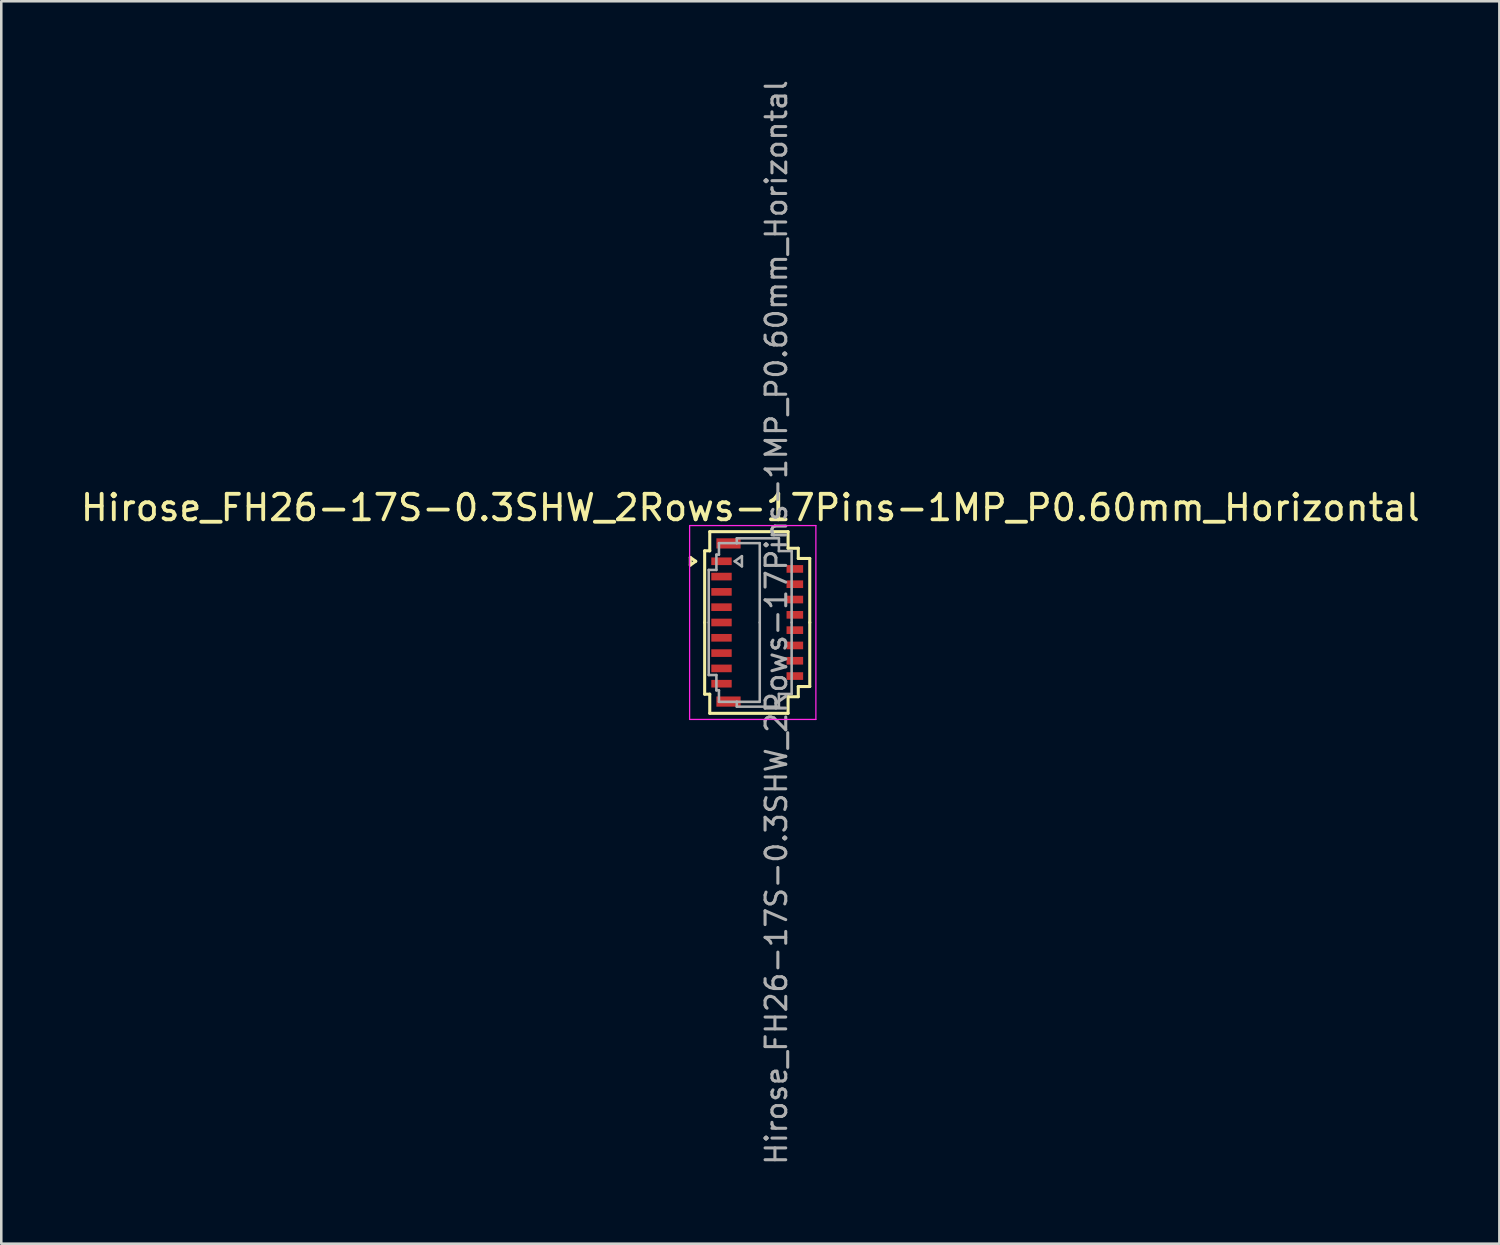
<source format=kicad_pcb>
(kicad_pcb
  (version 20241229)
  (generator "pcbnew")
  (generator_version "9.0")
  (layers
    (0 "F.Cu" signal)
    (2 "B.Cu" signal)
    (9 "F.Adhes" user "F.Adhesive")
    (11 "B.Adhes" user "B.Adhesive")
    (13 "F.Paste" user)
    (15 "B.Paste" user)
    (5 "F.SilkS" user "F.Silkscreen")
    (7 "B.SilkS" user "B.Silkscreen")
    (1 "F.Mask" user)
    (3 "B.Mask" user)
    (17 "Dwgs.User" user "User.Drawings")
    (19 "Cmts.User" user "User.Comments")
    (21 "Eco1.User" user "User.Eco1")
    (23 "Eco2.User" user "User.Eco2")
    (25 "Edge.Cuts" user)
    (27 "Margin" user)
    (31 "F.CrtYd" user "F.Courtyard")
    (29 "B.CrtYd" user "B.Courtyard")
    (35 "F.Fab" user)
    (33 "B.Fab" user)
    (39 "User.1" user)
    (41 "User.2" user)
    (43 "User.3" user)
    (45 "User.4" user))
  (footprint "Hirose_FH26-17S-0.3SHW_2Rows-17Pins-1MP_P0.60mm_Horizontal"
    (layer "F.Cu")
    (at 26.633 21.352)
    (property "Reference" "Hirose_FH26-17S-0.3SHW_2Rows-17Pins-1MP_P0.60mm_Horizontal" (at -0.27 -4.5 0) (layer "F.SilkS") (effects (font (size 1 1) (thickness 0.15))))
    (attr smd)
    (fp_line (start -2.622 -2.55) (end -2.41 -2.4) (stroke (width 0.12) (type solid)) (layer "F.SilkS"))
    (fp_line (start -2.622 -2.25) (end -2.622 -2.55) (stroke (width 0.12) (type solid)) (layer "F.SilkS"))
    (fp_line (start -2.41 -2.4) (end -2.622 -2.25) (stroke (width 0.12) (type solid)) (layer "F.SilkS"))
    (fp_line (start -2.06 -2.81) (end -2.06 0) (stroke (width 0.12) (type solid)) (layer "F.SilkS"))
    (fp_line (start -2.06 2.81) (end -2.06 0) (stroke (width 0.12) (type solid)) (layer "F.SilkS"))
    (fp_line (start -1.86 -3.56) (end -1.86 -2.81) (stroke (width 0.12) (type solid)) (layer "F.SilkS"))
    (fp_line (start -1.86 -2.81) (end -2.06 -2.81) (stroke (width 0.12) (type solid)) (layer "F.SilkS"))
    (fp_line (start -1.86 2.81) (end -2.06 2.81) (stroke (width 0.12) (type solid)) (layer "F.SilkS"))
    (fp_line (start -1.86 3.56) (end -1.86 2.81) (stroke (width 0.12) (type solid)) (layer "F.SilkS"))
    (fp_line (start 1.21 -3.56) (end -1.86 -3.56) (stroke (width 0.12) (type solid)) (layer "F.SilkS"))
    (fp_line (start 1.21 -2.91) (end 1.21 -3.56) (stroke (width 0.12) (type solid)) (layer "F.SilkS"))
    (fp_line (start 1.21 2.91) (end 1.21 3.56) (stroke (width 0.12) (type solid)) (layer "F.SilkS"))
    (fp_line (start 1.21 3.56) (end -1.86 3.56) (stroke (width 0.12) (type solid)) (layer "F.SilkS"))
    (fp_line (start 1.61 -2.91) (end 1.21 -2.91) (stroke (width 0.12) (type solid)) (layer "F.SilkS"))
    (fp_line (start 1.61 -2.51) (end 1.61 -2.91) (stroke (width 0.12) (type solid)) (layer "F.SilkS"))
    (fp_line (start 1.61 2.51) (end 1.61 2.91) (stroke (width 0.12) (type solid)) (layer "F.SilkS"))
    (fp_line (start 1.61 2.91) (end 1.21 2.91) (stroke (width 0.12) (type solid)) (layer "F.SilkS"))
    (fp_line (start 2.06 -2.51) (end 1.61 -2.51) (stroke (width 0.12) (type solid)) (layer "F.SilkS"))
    (fp_line (start 2.06 0) (end 2.06 -2.51) (stroke (width 0.12) (type solid)) (layer "F.SilkS"))
    (fp_line (start 2.06 0) (end 2.06 2.51) (stroke (width 0.12) (type solid)) (layer "F.SilkS"))
    (fp_line (start 2.06 2.51) (end 1.61 2.51) (stroke (width 0.12) (type solid)) (layer "F.SilkS"))
    (fp_line (start -2.65 -3.8) (end -2.65 3.8) (stroke (width 0.05) (type solid)) (layer "F.CrtYd"))
    (fp_line (start -2.65 3.8) (end 2.3 3.8) (stroke (width 0.05) (type solid)) (layer "F.CrtYd"))
    (fp_line (start 2.3 -3.8) (end -2.65 -3.8) (stroke (width 0.05) (type solid)) (layer "F.CrtYd"))
    (fp_line (start 2.3 3.8) (end 2.3 -3.8) (stroke (width 0.05) (type solid)) (layer "F.CrtYd"))
    (fp_line (start -1.9 -2.06) (end -1.6 -2.06) (stroke (width 0.1) (type solid)) (layer "F.Fab"))
    (fp_line (start -1.9 0) (end -1.9 -2.06) (stroke (width 0.1) (type solid)) (layer "F.Fab"))
    (fp_line (start -1.9 0) (end -1.9 2.06) (stroke (width 0.1) (type solid)) (layer "F.Fab"))
    (fp_line (start -1.9 2.06) (end -1.6 2.06) (stroke (width 0.1) (type solid)) (layer "F.Fab"))
    (fp_line (start -1.6 -2.66) (end -1.5 -2.66) (stroke (width 0.1) (type solid)) (layer "F.Fab"))
    (fp_line (start -1.6 -2.06) (end -1.6 -2.66) (stroke (width 0.1) (type solid)) (layer "F.Fab"))
    (fp_line (start -1.6 2.06) (end -1.6 2.66) (stroke (width 0.1) (type solid)) (layer "F.Fab"))
    (fp_line (start -1.6 2.66) (end -1.5 2.66) (stroke (width 0.1) (type solid)) (layer "F.Fab"))
    (fp_line (start -1.5 -3.11) (end -0.8 -3.11) (stroke (width 0.1) (type solid)) (layer "F.Fab"))
    (fp_line (start -1.5 -2.66) (end -1.5 -3.11) (stroke (width 0.1) (type solid)) (layer "F.Fab"))
    (fp_line (start -1.5 2.66) (end -1.5 3.11) (stroke (width 0.1) (type solid)) (layer "F.Fab"))
    (fp_line (start -1.5 3.11) (end -0.8 3.11) (stroke (width 0.1) (type solid)) (layer "F.Fab"))
    (fp_line (start -0.883 -2.4) (end -0.6 -2.2) (stroke (width 0.1) (type solid)) (layer "F.Fab"))
    (fp_line (start -0.8 -3.3) (end 0.85 -3.3) (stroke (width 0.1) (type solid)) (layer "F.Fab"))
    (fp_line (start -0.8 -3.11) (end -0.8 -3.3) (stroke (width 0.1) (type solid)) (layer "F.Fab"))
    (fp_line (start -0.8 3.11) (end -0.8 3.3) (stroke (width 0.1) (type solid)) (layer "F.Fab"))
    (fp_line (start -0.8 3.3) (end 0.85 3.3) (stroke (width 0.1) (type solid)) (layer "F.Fab"))
    (fp_line (start -0.6 -2.6) (end -0.883 -2.4) (stroke (width 0.1) (type solid)) (layer "F.Fab"))
    (fp_line (start -0.6 -2.2) (end -0.6 -2.6) (stroke (width 0.1) (type solid)) (layer "F.Fab"))
    (fp_line (start 0.1 -3.11) (end -0.8 -3.11) (stroke (width 0.1) (type solid)) (layer "F.Fab"))
    (fp_line (start 0.1 0) (end 0.1 -3.11) (stroke (width 0.1) (type solid)) (layer "F.Fab"))
    (fp_line (start 0.1 0) (end 0.1 3.11) (stroke (width 0.1) (type solid)) (layer "F.Fab"))
    (fp_line (start 0.1 3.11) (end -0.8 3.11) (stroke (width 0.1) (type solid)) (layer "F.Fab"))
    (fp_line (start 0.85 -3.3) (end 0.85 -2.8) (stroke (width 0.1) (type solid)) (layer "F.Fab"))
    (fp_line (start 0.85 -2.8) (end 1.35 -2.8) (stroke (width 0.1) (type solid)) (layer "F.Fab"))
    (fp_line (start 0.85 2.8) (end 1.35 2.8) (stroke (width 0.1) (type solid)) (layer "F.Fab"))
    (fp_line (start 0.85 3.3) (end 0.85 2.8) (stroke (width 0.1) (type solid)) (layer "F.Fab"))
    (fp_line (start 1.35 -2.8) (end 1.35 0) (stroke (width 0.1) (type solid)) (layer "F.Fab"))
    (fp_line (start 1.35 2.8) (end 1.35 0) (stroke (width 0.1) (type solid)) (layer "F.Fab"))
    (fp_text user "${REFERENCE}" (at 0.75 0 90) (layer "F.Fab") (effects (font (size 0.81 0.81) (thickness 0.12))))
    (pad "1" smd rect (at -1.4 -2.4) (size 0.8 0.3) (layers "F.Cu" "F.Mask" "F.Paste"))
    (pad "2" smd rect (at 1.475 -2.1) (size 0.65 0.3) (layers "F.Cu" "F.Mask" "F.Paste"))
    (pad "3" smd rect (at -1.4 -1.8) (size 0.8 0.3) (layers "F.Cu" "F.Mask" "F.Paste"))
    (pad "4" smd rect (at 1.475 -1.5) (size 0.65 0.3) (layers "F.Cu" "F.Mask" "F.Paste"))
    (pad "5" smd rect (at -1.4 -1.2) (size 0.8 0.3) (layers "F.Cu" "F.Mask" "F.Paste"))
    (pad "6" smd rect (at 1.475 -0.9) (size 0.65 0.3) (layers "F.Cu" "F.Mask" "F.Paste"))
    (pad "7" smd rect (at -1.4 -0.6) (size 0.8 0.3) (layers "F.Cu" "F.Mask" "F.Paste"))
    (pad "8" smd rect (at 1.475 -0.3) (size 0.65 0.3) (layers "F.Cu" "F.Mask" "F.Paste"))
    (pad "9" smd rect (at -1.4 0) (size 0.8 0.3) (layers "F.Cu" "F.Mask" "F.Paste"))
    (pad "10" smd rect (at 1.475 0.3) (size 0.65 0.3) (layers "F.Cu" "F.Mask" "F.Paste"))
    (pad "11" smd rect (at -1.4 0.6) (size 0.8 0.3) (layers "F.Cu" "F.Mask" "F.Paste"))
    (pad "12" smd rect (at 1.475 0.9) (size 0.65 0.3) (layers "F.Cu" "F.Mask" "F.Paste"))
    (pad "13" smd rect (at -1.4 1.2) (size 0.8 0.3) (layers "F.Cu" "F.Mask" "F.Paste"))
    (pad "14" smd rect (at 1.475 1.5) (size 0.65 0.3) (layers "F.Cu" "F.Mask" "F.Paste"))
    (pad "15" smd rect (at -1.4 1.8) (size 0.8 0.3) (layers "F.Cu" "F.Mask" "F.Paste"))
    (pad "16" smd rect (at 1.475 2.1) (size 0.65 0.3) (layers "F.Cu" "F.Mask" "F.Paste"))
    (pad "17" smd rect (at -1.4 2.4) (size 0.8 0.3) (layers "F.Cu" "F.Mask" "F.Paste"))
    (pad "MP" smd rect (at -1.125 -3.1) (size 0.95 0.4) (layers "F.Cu" "F.Mask" "F.Paste"))
    (pad "MP" smd rect (at -1.125 3.1) (size 0.95 0.4) (layers "F.Cu" "F.Mask" "F.Paste")))
  (gr_rect
    (start -3 -3)
    (end 55.726 45.704)
    (stroke (width 0.1) (type default))
    (fill no)
    (layer "Edge.Cuts")))
</source>
